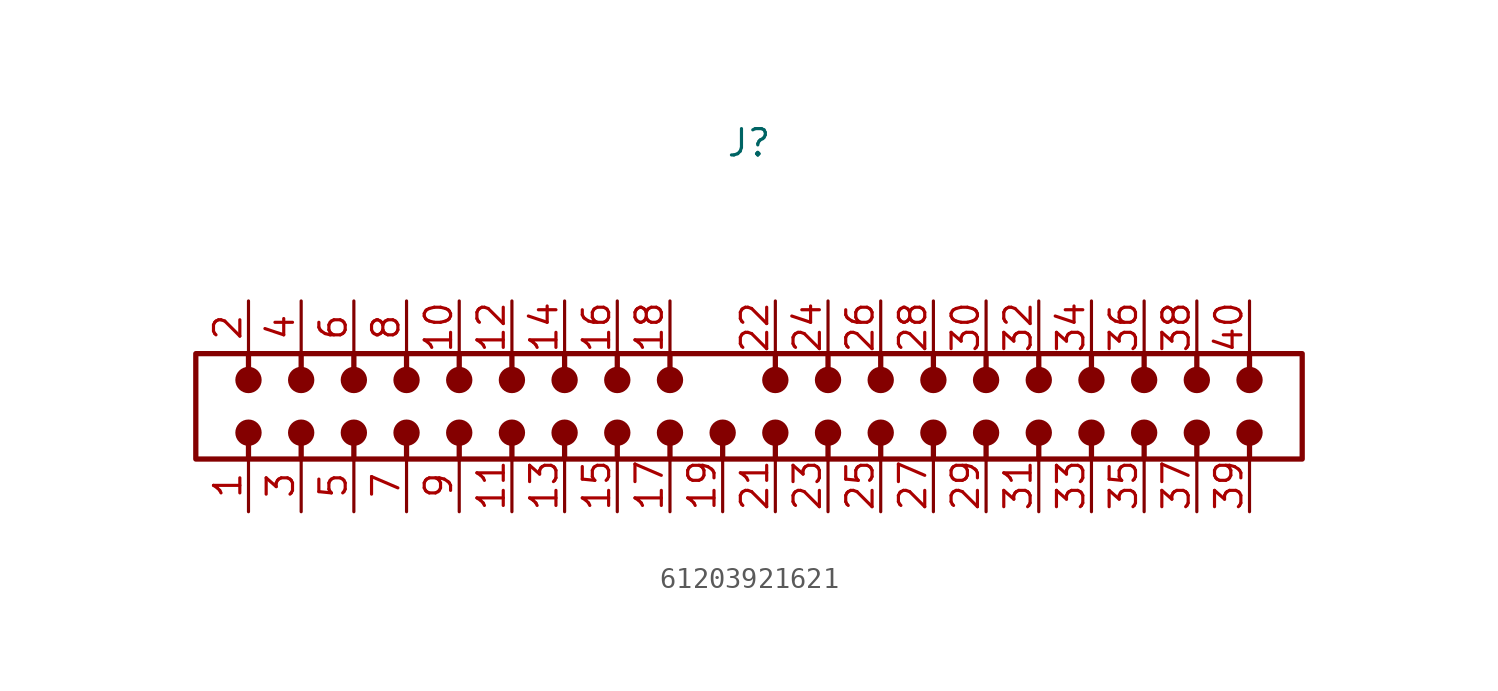
<source format=kicad_sym>
(kicad_symbol_lib
  (version 20241209)
  (generator "kicad_symbol_editor")
  (generator_version "9.0")
  (symbol "61203921621"
    (pin_names
      (hide yes))
    (property "Reference" "J"
      (at 0 12.7 0)
      (effects (font (size 1.27 1.27))))
    (symbol "61203921621_1_1"
      (rectangle (start -26.67 2.54) (end 26.67 -2.54) (stroke (width 0.254) (type solid)) (fill (type none)))
      (polyline (pts (xy -24.13 1.778) (xy -24.13 2.54)) (stroke (width 0.254) (type solid)) (fill (type none)))
      (circle (center -24.13 1.27) (radius 0.508) (stroke (width 0.254) (type solid)) (fill (type outline)))
      (circle (center -24.13 -1.27) (radius 0.508) (stroke (width 0.254) (type solid)) (fill (type outline)))
      (polyline (pts (xy -24.13 -1.778) (xy -24.13 -2.54)) (stroke (width 0.254) (type solid)) (fill (type none)))
      (polyline (pts (xy -21.59 1.778) (xy -21.59 2.54)) (stroke (width 0.254) (type solid)) (fill (type none)))
      (circle (center -21.59 1.27) (radius 0.508) (stroke (width 0.254) (type solid)) (fill (type outline)))
      (circle (center -21.59 -1.27) (radius 0.508) (stroke (width 0.254) (type solid)) (fill (type outline)))
      (polyline (pts (xy -21.59 -1.778) (xy -21.59 -2.54)) (stroke (width 0.254) (type solid)) (fill (type none)))
      (polyline (pts (xy -19.05 1.778) (xy -19.05 2.54)) (stroke (width 0.254) (type solid)) (fill (type none)))
      (circle (center -19.05 1.27) (radius 0.508) (stroke (width 0.254) (type solid)) (fill (type outline)))
      (circle (center -19.05 -1.27) (radius 0.508) (stroke (width 0.254) (type solid)) (fill (type outline)))
      (polyline (pts (xy -19.05 -1.778) (xy -19.05 -2.54)) (stroke (width 0.254) (type solid)) (fill (type none)))
      (polyline (pts (xy -16.51 1.778) (xy -16.51 2.54)) (stroke (width 0.254) (type solid)) (fill (type none)))
      (circle (center -16.51 1.27) (radius 0.508) (stroke (width 0.254) (type solid)) (fill (type outline)))
      (circle (center -16.51 -1.27) (radius 0.508) (stroke (width 0.254) (type solid)) (fill (type outline)))
      (polyline (pts (xy -16.51 -1.778) (xy -16.51 -2.54)) (stroke (width 0.254) (type solid)) (fill (type none)))
      (polyline (pts (xy -13.97 1.778) (xy -13.97 2.54)) (stroke (width 0.254) (type solid)) (fill (type none)))
      (circle (center -13.97 1.27) (radius 0.508) (stroke (width 0.254) (type solid)) (fill (type outline)))
      (circle (center -13.97 -1.27) (radius 0.508) (stroke (width 0.254) (type solid)) (fill (type outline)))
      (polyline (pts (xy -13.97 -1.778) (xy -13.97 -2.54)) (stroke (width 0.254) (type solid)) (fill (type none)))
      (polyline (pts (xy -11.43 1.778) (xy -11.43 2.54)) (stroke (width 0.254) (type solid)) (fill (type none)))
      (circle (center -11.43 1.27) (radius 0.508) (stroke (width 0.254) (type solid)) (fill (type outline)))
      (circle (center -11.43 -1.27) (radius 0.508) (stroke (width 0.254) (type solid)) (fill (type outline)))
      (polyline (pts (xy -11.43 -1.778) (xy -11.43 -2.54)) (stroke (width 0.254) (type solid)) (fill (type none)))
      (polyline (pts (xy -8.89 1.778) (xy -8.89 2.54)) (stroke (width 0.254) (type solid)) (fill (type none)))
      (circle (center -8.89 1.27) (radius 0.508) (stroke (width 0.254) (type solid)) (fill (type outline)))
      (circle (center -8.89 -1.27) (radius 0.508) (stroke (width 0.254) (type solid)) (fill (type outline)))
      (polyline (pts (xy -8.89 -1.778) (xy -8.89 -2.54)) (stroke (width 0.254) (type solid)) (fill (type none)))
      (polyline (pts (xy -6.35 1.778) (xy -6.35 2.54)) (stroke (width 0.254) (type solid)) (fill (type none)))
      (circle (center -6.35 1.27) (radius 0.508) (stroke (width 0.254) (type solid)) (fill (type outline)))
      (circle (center -6.35 -1.27) (radius 0.508) (stroke (width 0.254) (type solid)) (fill (type outline)))
      (polyline (pts (xy -6.35 -1.778) (xy -6.35 -2.54)) (stroke (width 0.254) (type solid)) (fill (type none)))
      (polyline (pts (xy -3.81 1.778) (xy -3.81 2.54)) (stroke (width 0.254) (type solid)) (fill (type none)))
      (circle (center -3.81 1.27) (radius 0.508) (stroke (width 0.254) (type solid)) (fill (type outline)))
      (circle (center -3.81 -1.27) (radius 0.508) (stroke (width 0.254) (type solid)) (fill (type outline)))
      (polyline (pts (xy -3.81 -1.778) (xy -3.81 -2.54)) (stroke (width 0.254) (type solid)) (fill (type none)))
      (circle (center -1.27 -1.27) (radius 0.508) (stroke (width 0.254) (type solid)) (fill (type outline)))
      (polyline (pts (xy -1.27 -1.778) (xy -1.27 -2.54)) (stroke (width 0.254) (type solid)) (fill (type none)))
      (polyline (pts (xy 1.27 1.778) (xy 1.27 2.54)) (stroke (width 0.254) (type solid)) (fill (type none)))
      (circle (center 1.27 1.27) (radius 0.508) (stroke (width 0.254) (type solid)) (fill (type outline)))
      (circle (center 1.27 -1.27) (radius 0.508) (stroke (width 0.254) (type solid)) (fill (type outline)))
      (polyline (pts (xy 1.27 -1.778) (xy 1.27 -2.54)) (stroke (width 0.254) (type solid)) (fill (type none)))
      (polyline (pts (xy 3.81 1.778) (xy 3.81 2.54)) (stroke (width 0.254) (type solid)) (fill (type none)))
      (circle (center 3.81 1.27) (radius 0.508) (stroke (width 0.254) (type solid)) (fill (type outline)))
      (circle (center 3.81 -1.27) (radius 0.508) (stroke (width 0.254) (type solid)) (fill (type outline)))
      (polyline (pts (xy 3.81 -1.778) (xy 3.81 -2.54)) (stroke (width 0.254) (type solid)) (fill (type none)))
      (polyline (pts (xy 6.35 1.778) (xy 6.35 2.54)) (stroke (width 0.254) (type solid)) (fill (type none)))
      (circle (center 6.35 1.27) (radius 0.508) (stroke (width 0.254) (type solid)) (fill (type outline)))
      (circle (center 6.35 -1.27) (radius 0.508) (stroke (width 0.254) (type solid)) (fill (type outline)))
      (polyline (pts (xy 6.35 -1.778) (xy 6.35 -2.54)) (stroke (width 0.254) (type solid)) (fill (type none)))
      (polyline (pts (xy 8.89 1.778) (xy 8.89 2.54)) (stroke (width 0.254) (type solid)) (fill (type none)))
      (circle (center 8.89 1.27) (radius 0.508) (stroke (width 0.254) (type solid)) (fill (type outline)))
      (circle (center 8.89 -1.27) (radius 0.508) (stroke (width 0.254) (type solid)) (fill (type outline)))
      (polyline (pts (xy 8.89 -1.778) (xy 8.89 -2.54)) (stroke (width 0.254) (type solid)) (fill (type none)))
      (polyline (pts (xy 11.43 1.778) (xy 11.43 2.54)) (stroke (width 0.254) (type solid)) (fill (type none)))
      (circle (center 11.43 1.27) (radius 0.508) (stroke (width 0.254) (type solid)) (fill (type outline)))
      (circle (center 11.43 -1.27) (radius 0.508) (stroke (width 0.254) (type solid)) (fill (type outline)))
      (polyline (pts (xy 11.43 -1.778) (xy 11.43 -2.54)) (stroke (width 0.254) (type solid)) (fill (type none)))
      (polyline (pts (xy 13.97 1.778) (xy 13.97 2.54)) (stroke (width 0.254) (type solid)) (fill (type none)))
      (circle (center 13.97 1.27) (radius 0.508) (stroke (width 0.254) (type solid)) (fill (type outline)))
      (circle (center 13.97 -1.27) (radius 0.508) (stroke (width 0.254) (type solid)) (fill (type outline)))
      (polyline (pts (xy 13.97 -1.778) (xy 13.97 -2.54)) (stroke (width 0.254) (type solid)) (fill (type none)))
      (polyline (pts (xy 16.51 1.778) (xy 16.51 2.54)) (stroke (width 0.254) (type solid)) (fill (type none)))
      (circle (center 16.51 1.27) (radius 0.508) (stroke (width 0.254) (type solid)) (fill (type outline)))
      (circle (center 16.51 -1.27) (radius 0.508) (stroke (width 0.254) (type solid)) (fill (type outline)))
      (polyline (pts (xy 16.51 -1.778) (xy 16.51 -2.54)) (stroke (width 0.254) (type solid)) (fill (type none)))
      (polyline (pts (xy 19.05 1.778) (xy 19.05 2.54)) (stroke (width 0.254) (type solid)) (fill (type none)))
      (circle (center 19.05 1.27) (radius 0.508) (stroke (width 0.254) (type solid)) (fill (type outline)))
      (circle (center 19.05 -1.27) (radius 0.508) (stroke (width 0.254) (type solid)) (fill (type outline)))
      (polyline (pts (xy 19.05 -1.778) (xy 19.05 -2.54)) (stroke (width 0.254) (type solid)) (fill (type none)))
      (polyline (pts (xy 21.59 1.778) (xy 21.59 2.54)) (stroke (width 0.254) (type solid)) (fill (type none)))
      (circle (center 21.59 1.27) (radius 0.508) (stroke (width 0.254) (type solid)) (fill (type outline)))
      (circle (center 21.59 -1.27) (radius 0.508) (stroke (width 0.254) (type solid)) (fill (type outline)))
      (polyline (pts (xy 21.59 -1.778) (xy 21.59 -2.54)) (stroke (width 0.254) (type solid)) (fill (type none)))
      (polyline (pts (xy 24.13 1.778) (xy 24.13 2.54)) (stroke (width 0.254) (type solid)) (fill (type none)))
      (circle (center 24.13 1.27) (radius 0.508) (stroke (width 0.254) (type solid)) (fill (type outline)))
      (circle (center 24.13 -1.27) (radius 0.508) (stroke (width 0.254) (type solid)) (fill (type outline)))
      (polyline (pts (xy 24.13 -1.778) (xy 24.13 -2.54)) (stroke (width 0.254) (type solid)) (fill (type none)))
      (pin passive line (at -24.13 5.08 270) (length 2.54) (name "2" (effects (font (size 1.27 1.27)))) (number "2" (effects (font (size 1.27 1.27)))))
      (pin passive line (at -24.13 -5.08 90) (length 2.54) (name "1" (effects (font (size 1.27 1.27)))) (number "1" (effects (font (size 1.27 1.27)))))
      (pin passive line (at -21.59 5.08 270) (length 2.54) (name "4" (effects (font (size 1.27 1.27)))) (number "4" (effects (font (size 1.27 1.27)))))
      (pin passive line (at -21.59 -5.08 90) (length 2.54) (name "3" (effects (font (size 1.27 1.27)))) (number "3" (effects (font (size 1.27 1.27)))))
      (pin passive line (at -19.05 5.08 270) (length 2.54) (name "6" (effects (font (size 1.27 1.27)))) (number "6" (effects (font (size 1.27 1.27)))))
      (pin passive line (at -19.05 -5.08 90) (length 2.54) (name "5" (effects (font (size 1.27 1.27)))) (number "5" (effects (font (size 1.27 1.27)))))
      (pin passive line (at -16.51 5.08 270) (length 2.54) (name "8" (effects (font (size 1.27 1.27)))) (number "8" (effects (font (size 1.27 1.27)))))
      (pin passive line (at -16.51 -5.08 90) (length 2.54) (name "7" (effects (font (size 1.27 1.27)))) (number "7" (effects (font (size 1.27 1.27)))))
      (pin passive line (at -13.97 5.08 270) (length 2.54) (name "10" (effects (font (size 1.27 1.27)))) (number "10" (effects (font (size 1.27 1.27)))))
      (pin passive line (at -13.97 -5.08 90) (length 2.54) (name "9" (effects (font (size 1.27 1.27)))) (number "9" (effects (font (size 1.27 1.27)))))
      (pin passive line (at -11.43 5.08 270) (length 2.54) (name "12" (effects (font (size 1.27 1.27)))) (number "12" (effects (font (size 1.27 1.27)))))
      (pin passive line (at -11.43 -5.08 90) (length 2.54) (name "11" (effects (font (size 1.27 1.27)))) (number "11" (effects (font (size 1.27 1.27)))))
      (pin passive line (at -8.89 5.08 270) (length 2.54) (name "14" (effects (font (size 1.27 1.27)))) (number "14" (effects (font (size 1.27 1.27)))))
      (pin passive line (at -8.89 -5.08 90) (length 2.54) (name "13" (effects (font (size 1.27 1.27)))) (number "13" (effects (font (size 1.27 1.27)))))
      (pin passive line (at -6.35 5.08 270) (length 2.54) (name "16" (effects (font (size 1.27 1.27)))) (number "16" (effects (font (size 1.27 1.27)))))
      (pin passive line (at -6.35 -5.08 90) (length 2.54) (name "15" (effects (font (size 1.27 1.27)))) (number "15" (effects (font (size 1.27 1.27)))))
      (pin passive line (at -3.81 5.08 270) (length 2.54) (name "18" (effects (font (size 1.27 1.27)))) (number "18" (effects (font (size 1.27 1.27)))))
      (pin passive line (at -3.81 -5.08 90) (length 2.54) (name "17" (effects (font (size 1.27 1.27)))) (number "17" (effects (font (size 1.27 1.27)))))
      (pin passive line (at -1.27 -5.08 90) (length 2.54) (name "19" (effects (font (size 1.27 1.27)))) (number "19" (effects (font (size 1.27 1.27)))))
      (pin passive line (at 1.27 5.08 270) (length 2.54) (name "22" (effects (font (size 1.27 1.27)))) (number "22" (effects (font (size 1.27 1.27)))))
      (pin passive line (at 1.27 -5.08 90) (length 2.54) (name "21" (effects (font (size 1.27 1.27)))) (number "21" (effects (font (size 1.27 1.27)))))
      (pin passive line (at 3.81 5.08 270) (length 2.54) (name "24" (effects (font (size 1.27 1.27)))) (number "24" (effects (font (size 1.27 1.27)))))
      (pin passive line (at 3.81 -5.08 90) (length 2.54) (name "23" (effects (font (size 1.27 1.27)))) (number "23" (effects (font (size 1.27 1.27)))))
      (pin passive line (at 6.35 5.08 270) (length 2.54) (name "26" (effects (font (size 1.27 1.27)))) (number "26" (effects (font (size 1.27 1.27)))))
      (pin passive line (at 6.35 -5.08 90) (length 2.54) (name "25" (effects (font (size 1.27 1.27)))) (number "25" (effects (font (size 1.27 1.27)))))
      (pin passive line (at 8.89 5.08 270) (length 2.54) (name "28" (effects (font (size 1.27 1.27)))) (number "28" (effects (font (size 1.27 1.27)))))
      (pin passive line (at 8.89 -5.08 90) (length 2.54) (name "27" (effects (font (size 1.27 1.27)))) (number "27" (effects (font (size 1.27 1.27)))))
      (pin passive line (at 11.43 5.08 270) (length 2.54) (name "30" (effects (font (size 1.27 1.27)))) (number "30" (effects (font (size 1.27 1.27)))))
      (pin passive line (at 11.43 -5.08 90) (length 2.54) (name "29" (effects (font (size 1.27 1.27)))) (number "29" (effects (font (size 1.27 1.27)))))
      (pin passive line (at 13.97 5.08 270) (length 2.54) (name "32" (effects (font (size 1.27 1.27)))) (number "32" (effects (font (size 1.27 1.27)))))
      (pin passive line (at 13.97 -5.08 90) (length 2.54) (name "31" (effects (font (size 1.27 1.27)))) (number "31" (effects (font (size 1.27 1.27)))))
      (pin passive line (at 16.51 5.08 270) (length 2.54) (name "34" (effects (font (size 1.27 1.27)))) (number "34" (effects (font (size 1.27 1.27)))))
      (pin passive line (at 16.51 -5.08 90) (length 2.54) (name "33" (effects (font (size 1.27 1.27)))) (number "33" (effects (font (size 1.27 1.27)))))
      (pin passive line (at 19.05 5.08 270) (length 2.54) (name "36" (effects (font (size 1.27 1.27)))) (number "36" (effects (font (size 1.27 1.27)))))
      (pin passive line (at 19.05 -5.08 90) (length 2.54) (name "35" (effects (font (size 1.27 1.27)))) (number "35" (effects (font (size 1.27 1.27)))))
      (pin passive line (at 21.59 5.08 270) (length 2.54) (name "38" (effects (font (size 1.27 1.27)))) (number "38" (effects (font (size 1.27 1.27)))))
      (pin passive line (at 21.59 -5.08 90) (length 2.54) (name "37" (effects (font (size 1.27 1.27)))) (number "37" (effects (font (size 1.27 1.27)))))
      (pin passive line (at 24.13 5.08 270) (length 2.54) (name "40" (effects (font (size 1.27 1.27)))) (number "40" (effects (font (size 1.27 1.27)))))
      (pin passive line (at 24.13 -5.08 90) (length 2.54) (name "39" (effects (font (size 1.27 1.27)))) (number "39" (effects (font (size 1.27 1.27))))))))
</source>
